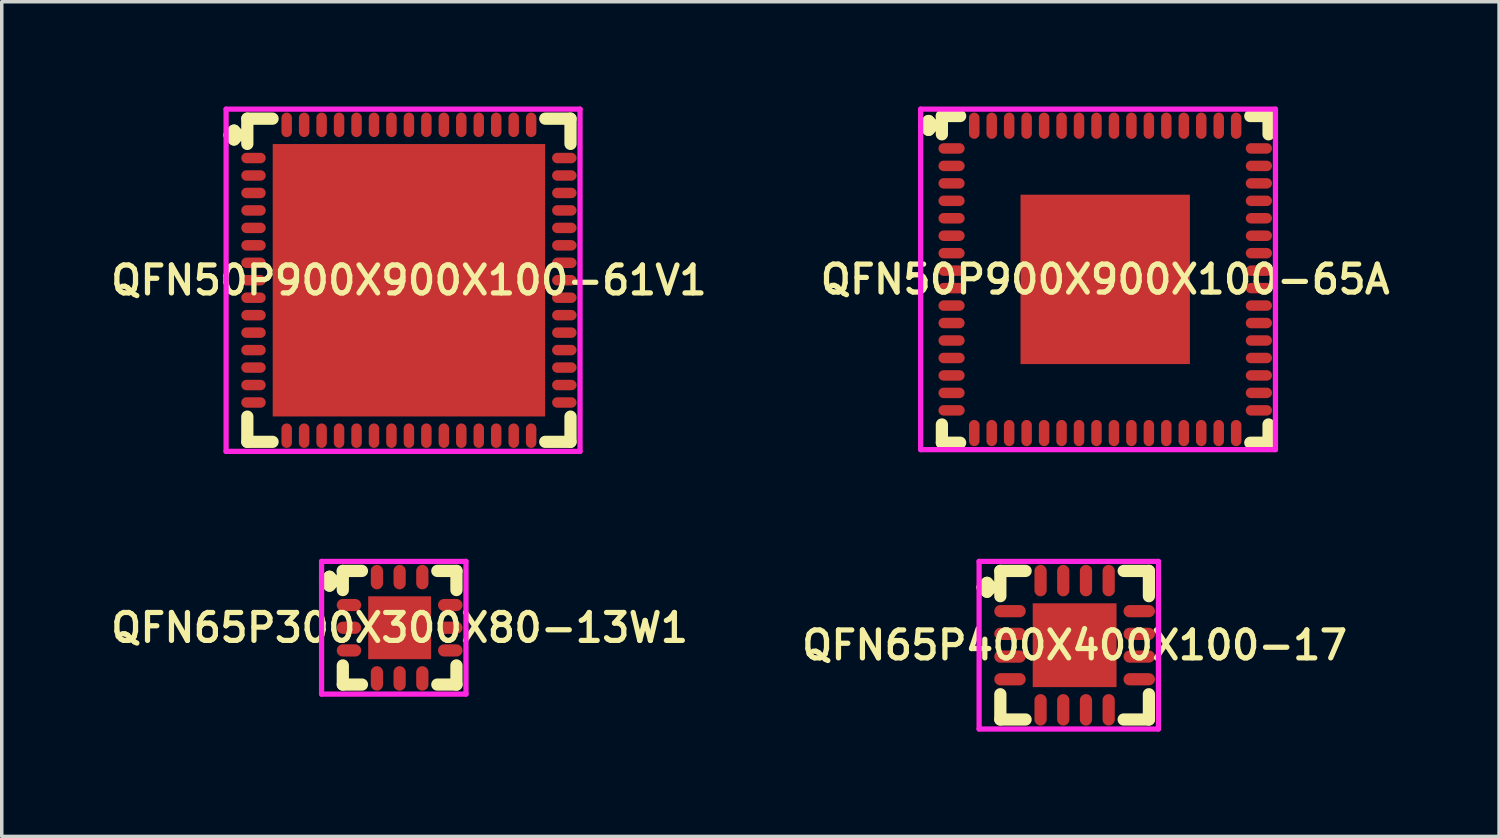
<source format=kicad_pcb>
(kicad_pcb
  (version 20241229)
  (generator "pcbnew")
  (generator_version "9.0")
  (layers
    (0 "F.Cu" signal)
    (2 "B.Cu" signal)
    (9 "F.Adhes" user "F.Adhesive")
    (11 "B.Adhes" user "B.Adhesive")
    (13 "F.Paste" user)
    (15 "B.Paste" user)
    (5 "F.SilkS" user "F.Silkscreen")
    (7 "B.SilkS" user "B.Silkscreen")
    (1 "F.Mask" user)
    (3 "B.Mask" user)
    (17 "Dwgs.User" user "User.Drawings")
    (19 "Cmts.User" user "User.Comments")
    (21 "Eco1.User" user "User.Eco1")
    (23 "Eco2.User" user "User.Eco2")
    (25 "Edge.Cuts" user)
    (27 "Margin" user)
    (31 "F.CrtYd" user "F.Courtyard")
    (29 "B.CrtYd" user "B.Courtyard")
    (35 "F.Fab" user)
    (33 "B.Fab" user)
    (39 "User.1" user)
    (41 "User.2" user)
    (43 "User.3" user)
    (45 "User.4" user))
  (footprint "QFN50P900X900X100-61V1"
    (layer "F.Cu")
    (at 8.659 4.975)
    (property "Reference" "QFN50P900X900X100-61V1" (at 0 0 0) (layer "F.SilkS") (effects (font (size 0.8 0.8) (thickness 0.15))))
    (attr smd)
    (fp_line (start -5.135 -4.158) (end -5.008 -4.285) (stroke (width 0.35) (type solid)) (layer "F.SilkS"))
    (fp_line (start -5.008 -4.285) (end -4.881 -4.158) (stroke (width 0.35) (type solid)) (layer "F.SilkS"))
    (fp_line (start -5.008 -4.031) (end -5.135 -4.158) (stroke (width 0.35) (type solid)) (layer "F.SilkS"))
    (fp_line (start -4.881 -4.158) (end -5.008 -4.031) (stroke (width 0.35) (type solid)) (layer "F.SilkS"))
    (fp_line (start -4.627 -4.627) (end -3.904 -4.627) (stroke (width 0.35) (type solid)) (layer "F.SilkS"))
    (fp_line (start -4.627 -3.904) (end -4.627 -4.627) (stroke (width 0.35) (type solid)) (layer "F.SilkS"))
    (fp_line (start -4.627 3.904) (end -4.627 4.627) (stroke (width 0.35) (type solid)) (layer "F.SilkS"))
    (fp_line (start -4.627 4.627) (end -3.904 4.627) (stroke (width 0.35) (type solid)) (layer "F.SilkS"))
    (fp_line (start 3.904 -4.627) (end 4.627 -4.627) (stroke (width 0.35) (type solid)) (layer "F.SilkS"))
    (fp_line (start 3.904 4.627) (end 4.627 4.627) (stroke (width 0.35) (type solid)) (layer "F.SilkS"))
    (fp_line (start 4.627 -4.627) (end 4.627 -3.904) (stroke (width 0.35) (type solid)) (layer "F.SilkS"))
    (fp_line (start 4.627 4.627) (end 4.627 3.904) (stroke (width 0.35) (type solid)) (layer "F.SilkS"))
    (fp_line (start -5.235 -4.9) (end 4.9 -4.9) (stroke (width 0.15) (type solid)) (layer "F.CrtYd"))
    (fp_line (start -5.235 4.9) (end -5.235 -4.9) (stroke (width 0.15) (type solid)) (layer "F.CrtYd"))
    (fp_line (start 4.9 -4.9) (end 4.9 4.9) (stroke (width 0.15) (type solid)) (layer "F.CrtYd"))
    (fp_line (start 4.9 4.9) (end -5.235 4.9) (stroke (width 0.15) (type solid)) (layer "F.CrtYd"))
    (pad "1" smd oval (at -4.45 -3.5) (size 0.7 0.3) (layers "F.Cu" "F.Mask" "F.Paste"))
    (pad "2" smd oval (at -4.45 -3) (size 0.7 0.3) (layers "F.Cu" "F.Mask" "F.Paste"))
    (pad "3" smd oval (at -4.45 -2.5) (size 0.7 0.3) (layers "F.Cu" "F.Mask" "F.Paste"))
    (pad "4" smd oval (at -4.45 -2) (size 0.7 0.3) (layers "F.Cu" "F.Mask" "F.Paste"))
    (pad "5" smd oval (at -4.45 -1.5) (size 0.7 0.3) (layers "F.Cu" "F.Mask" "F.Paste"))
    (pad "6" smd oval (at -4.45 -1) (size 0.7 0.3) (layers "F.Cu" "F.Mask" "F.Paste"))
    (pad "7" smd oval (at -4.45 -0.5) (size 0.7 0.3) (layers "F.Cu" "F.Mask" "F.Paste"))
    (pad "8" smd oval (at -4.45 0) (size 0.7 0.3) (layers "F.Cu" "F.Mask" "F.Paste"))
    (pad "9" smd oval (at -4.45 0.5) (size 0.7 0.3) (layers "F.Cu" "F.Mask" "F.Paste"))
    (pad "10" smd oval (at -4.45 1) (size 0.7 0.3) (layers "F.Cu" "F.Mask" "F.Paste"))
    (pad "11" smd oval (at -4.45 1.5) (size 0.7 0.3) (layers "F.Cu" "F.Mask" "F.Paste"))
    (pad "12" smd oval (at -4.45 2) (size 0.7 0.3) (layers "F.Cu" "F.Mask" "F.Paste"))
    (pad "13" smd oval (at -4.45 2.5) (size 0.7 0.3) (layers "F.Cu" "F.Mask" "F.Paste"))
    (pad "14" smd oval (at -4.45 3) (size 0.7 0.3) (layers "F.Cu" "F.Mask" "F.Paste"))
    (pad "15" smd oval (at -4.45 3.5) (size 0.7 0.3) (layers "F.Cu" "F.Mask" "F.Paste"))
    (pad "16" smd oval (at -3.5 4.45) (size 0.3 0.7) (layers "F.Cu" "F.Mask" "F.Paste"))
    (pad "17" smd oval (at -3 4.45) (size 0.3 0.7) (layers "F.Cu" "F.Mask" "F.Paste"))
    (pad "18" smd oval (at -2.5 4.45) (size 0.3 0.7) (layers "F.Cu" "F.Mask" "F.Paste"))
    (pad "19" smd oval (at -2 4.45) (size 0.3 0.7) (layers "F.Cu" "F.Mask" "F.Paste"))
    (pad "20" smd oval (at -1.5 4.45) (size 0.3 0.7) (layers "F.Cu" "F.Mask" "F.Paste"))
    (pad "21" smd oval (at -1 4.45) (size 0.3 0.7) (layers "F.Cu" "F.Mask" "F.Paste"))
    (pad "22" smd oval (at -0.5 4.45) (size 0.3 0.7) (layers "F.Cu" "F.Mask" "F.Paste"))
    (pad "23" smd oval (at 0 4.45) (size 0.3 0.7) (layers "F.Cu" "F.Mask" "F.Paste"))
    (pad "24" smd oval (at 0.5 4.45) (size 0.3 0.7) (layers "F.Cu" "F.Mask" "F.Paste"))
    (pad "25" smd oval (at 1 4.45) (size 0.3 0.7) (layers "F.Cu" "F.Mask" "F.Paste"))
    (pad "26" smd oval (at 1.5 4.45) (size 0.3 0.7) (layers "F.Cu" "F.Mask" "F.Paste"))
    (pad "27" smd oval (at 2 4.45) (size 0.3 0.7) (layers "F.Cu" "F.Mask" "F.Paste"))
    (pad "28" smd oval (at 2.5 4.45) (size 0.3 0.7) (layers "F.Cu" "F.Mask" "F.Paste"))
    (pad "29" smd oval (at 3 4.45) (size 0.3 0.7) (layers "F.Cu" "F.Mask" "F.Paste"))
    (pad "30" smd oval (at 3.5 4.45) (size 0.3 0.7) (layers "F.Cu" "F.Mask" "F.Paste"))
    (pad "31" smd oval (at 4.45 3.5) (size 0.7 0.3) (layers "F.Cu" "F.Mask" "F.Paste"))
    (pad "32" smd oval (at 4.45 3) (size 0.7 0.3) (layers "F.Cu" "F.Mask" "F.Paste"))
    (pad "33" smd oval (at 4.45 2.5) (size 0.7 0.3) (layers "F.Cu" "F.Mask" "F.Paste"))
    (pad "34" smd oval (at 4.45 2) (size 0.7 0.3) (layers "F.Cu" "F.Mask" "F.Paste"))
    (pad "35" smd oval (at 4.45 1.5) (size 0.7 0.3) (layers "F.Cu" "F.Mask" "F.Paste"))
    (pad "36" smd oval (at 4.45 1) (size 0.7 0.3) (layers "F.Cu" "F.Mask" "F.Paste"))
    (pad "37" smd oval (at 4.45 0.5) (size 0.7 0.3) (layers "F.Cu" "F.Mask" "F.Paste"))
    (pad "38" smd oval (at 4.45 0) (size 0.7 0.3) (layers "F.Cu" "F.Mask" "F.Paste"))
    (pad "39" smd oval (at 4.45 -0.5) (size 0.7 0.3) (layers "F.Cu" "F.Mask" "F.Paste"))
    (pad "40" smd oval (at 4.45 -1) (size 0.7 0.3) (layers "F.Cu" "F.Mask" "F.Paste"))
    (pad "41" smd oval (at 4.45 -1.5) (size 0.7 0.3) (layers "F.Cu" "F.Mask" "F.Paste"))
    (pad "42" smd oval (at 4.45 -2) (size 0.7 0.3) (layers "F.Cu" "F.Mask" "F.Paste"))
    (pad "43" smd oval (at 4.45 -2.5) (size 0.7 0.3) (layers "F.Cu" "F.Mask" "F.Paste"))
    (pad "44" smd oval (at 4.45 -3) (size 0.7 0.3) (layers "F.Cu" "F.Mask" "F.Paste"))
    (pad "45" smd oval (at 4.45 -3.5) (size 0.7 0.3) (layers "F.Cu" "F.Mask" "F.Paste"))
    (pad "46" smd oval (at 3.5 -4.45) (size 0.3 0.7) (layers "F.Cu" "F.Mask" "F.Paste"))
    (pad "47" smd oval (at 3 -4.45) (size 0.3 0.7) (layers "F.Cu" "F.Mask" "F.Paste"))
    (pad "48" smd oval (at 2.5 -4.45) (size 0.3 0.7) (layers "F.Cu" "F.Mask" "F.Paste"))
    (pad "49" smd oval (at 2 -4.45) (size 0.3 0.7) (layers "F.Cu" "F.Mask" "F.Paste"))
    (pad "50" smd oval (at 1.5 -4.45) (size 0.3 0.7) (layers "F.Cu" "F.Mask" "F.Paste"))
    (pad "51" smd oval (at 1 -4.45) (size 0.3 0.7) (layers "F.Cu" "F.Mask" "F.Paste"))
    (pad "52" smd oval (at 0.5 -4.45) (size 0.3 0.7) (layers "F.Cu" "F.Mask" "F.Paste"))
    (pad "53" smd oval (at 0 -4.45) (size 0.3 0.7) (layers "F.Cu" "F.Mask" "F.Paste"))
    (pad "54" smd oval (at -0.5 -4.45) (size 0.3 0.7) (layers "F.Cu" "F.Mask" "F.Paste"))
    (pad "55" smd oval (at -1 -4.45) (size 0.3 0.7) (layers "F.Cu" "F.Mask" "F.Paste"))
    (pad "56" smd oval (at -1.5 -4.45) (size 0.3 0.7) (layers "F.Cu" "F.Mask" "F.Paste"))
    (pad "57" smd oval (at -2 -4.45) (size 0.3 0.7) (layers "F.Cu" "F.Mask" "F.Paste"))
    (pad "58" smd oval (at -2.5 -4.45) (size 0.3 0.7) (layers "F.Cu" "F.Mask" "F.Paste"))
    (pad "59" smd oval (at -3 -4.45) (size 0.3 0.7) (layers "F.Cu" "F.Mask" "F.Paste"))
    (pad "60" smd oval (at -3.5 -4.45) (size 0.3 0.7) (layers "F.Cu" "F.Mask" "F.Paste"))
    (pad "61" smd rect (at 0 0) (size 7.8 7.8) (layers "F.Cu" "F.Mask" "F.Paste")))
  (footprint "QFN65P300X300X80-13W1"
    (layer "F.Cu")
    (at 8.393 14.925)
    (property "Reference" "QFN65P300X300X80-13W1" (at 0 0 0) (layer "F.SilkS") (effects (font (size 0.8 0.8) (thickness 0.15))))
    (attr smd)
    (fp_line (start -2.135 -1.333) (end -2.008 -1.46) (stroke (width 0.35) (type solid)) (layer "F.SilkS"))
    (fp_line (start -2.008 -1.46) (end -1.881 -1.333) (stroke (width 0.35) (type solid)) (layer "F.SilkS"))
    (fp_line (start -2.008 -1.206) (end -2.135 -1.333) (stroke (width 0.35) (type solid)) (layer "F.SilkS"))
    (fp_line (start -1.881 -1.333) (end -2.008 -1.206) (stroke (width 0.35) (type solid)) (layer "F.SilkS"))
    (fp_line (start -1.627 -1.627) (end -1.079 -1.627) (stroke (width 0.35) (type solid)) (layer "F.SilkS"))
    (fp_line (start -1.627 -1.079) (end -1.627 -1.627) (stroke (width 0.35) (type solid)) (layer "F.SilkS"))
    (fp_line (start -1.627 1.079) (end -1.627 1.627) (stroke (width 0.35) (type solid)) (layer "F.SilkS"))
    (fp_line (start -1.627 1.627) (end -1.079 1.627) (stroke (width 0.35) (type solid)) (layer "F.SilkS"))
    (fp_line (start 1.079 -1.627) (end 1.627 -1.627) (stroke (width 0.35) (type solid)) (layer "F.SilkS"))
    (fp_line (start 1.079 1.627) (end 1.627 1.627) (stroke (width 0.35) (type solid)) (layer "F.SilkS"))
    (fp_line (start 1.627 -1.627) (end 1.627 -1.079) (stroke (width 0.35) (type solid)) (layer "F.SilkS"))
    (fp_line (start 1.627 1.627) (end 1.627 1.079) (stroke (width 0.35) (type solid)) (layer "F.SilkS"))
    (fp_line (start -2.235 -1.9) (end 1.9 -1.9) (stroke (width 0.15) (type solid)) (layer "F.CrtYd"))
    (fp_line (start -2.235 1.9) (end -2.235 -1.9) (stroke (width 0.15) (type solid)) (layer "F.CrtYd"))
    (fp_line (start 1.9 -1.9) (end 1.9 1.9) (stroke (width 0.15) (type solid)) (layer "F.CrtYd"))
    (fp_line (start 1.9 1.9) (end -2.235 1.9) (stroke (width 0.15) (type solid)) (layer "F.CrtYd"))
    (pad "1" smd oval (at -1.45 -0.65) (size 0.7 0.35) (layers "F.Cu" "F.Mask" "F.Paste"))
    (pad "2" smd oval (at -1.45 0) (size 0.7 0.35) (layers "F.Cu" "F.Mask" "F.Paste"))
    (pad "3" smd oval (at -1.45 0.65) (size 0.7 0.35) (layers "F.Cu" "F.Mask" "F.Paste"))
    (pad "4" smd oval (at -0.65 1.45) (size 0.35 0.7) (layers "F.Cu" "F.Mask" "F.Paste"))
    (pad "5" smd oval (at 0 1.45) (size 0.35 0.7) (layers "F.Cu" "F.Mask" "F.Paste"))
    (pad "6" smd oval (at 0.65 1.45) (size 0.35 0.7) (layers "F.Cu" "F.Mask" "F.Paste"))
    (pad "7" smd oval (at 1.45 0.65) (size 0.7 0.35) (layers "F.Cu" "F.Mask" "F.Paste"))
    (pad "8" smd oval (at 1.45 0) (size 0.7 0.35) (layers "F.Cu" "F.Mask" "F.Paste"))
    (pad "9" smd oval (at 1.45 -0.65) (size 0.7 0.35) (layers "F.Cu" "F.Mask" "F.Paste"))
    (pad "10" smd oval (at 0.65 -1.45) (size 0.35 0.7) (layers "F.Cu" "F.Mask" "F.Paste"))
    (pad "11" smd oval (at 0 -1.45) (size 0.35 0.7) (layers "F.Cu" "F.Mask" "F.Paste"))
    (pad "12" smd oval (at -0.65 -1.45) (size 0.35 0.7) (layers "F.Cu" "F.Mask" "F.Paste"))
    (pad "13" smd rect (at 0 0) (size 1.8 1.8) (layers "F.Cu" "F.Mask" "F.Paste")))
  (footprint "QFN65P400X400X100-17"
    (layer "F.Cu")
    (at 27.721 15.425)
    (property "Reference" "QFN65P400X400X100-17" (at 0 0 0) (layer "F.SilkS") (effects (font (size 0.8 0.8) (thickness 0.15))))
    (attr smd)
    (fp_line (start -2.635 -1.658) (end -2.508 -1.785) (stroke (width 0.35) (type solid)) (layer "F.SilkS"))
    (fp_line (start -2.508 -1.785) (end -2.381 -1.658) (stroke (width 0.35) (type solid)) (layer "F.SilkS"))
    (fp_line (start -2.508 -1.531) (end -2.635 -1.658) (stroke (width 0.35) (type solid)) (layer "F.SilkS"))
    (fp_line (start -2.381 -1.658) (end -2.508 -1.531) (stroke (width 0.35) (type solid)) (layer "F.SilkS"))
    (fp_line (start -2.127 -2.127) (end -1.404 -2.127) (stroke (width 0.35) (type solid)) (layer "F.SilkS"))
    (fp_line (start -2.127 -1.404) (end -2.127 -2.127) (stroke (width 0.35) (type solid)) (layer "F.SilkS"))
    (fp_line (start -2.127 1.404) (end -2.127 2.127) (stroke (width 0.35) (type solid)) (layer "F.SilkS"))
    (fp_line (start -2.127 2.127) (end -1.404 2.127) (stroke (width 0.35) (type solid)) (layer "F.SilkS"))
    (fp_line (start 1.404 -2.127) (end 2.127 -2.127) (stroke (width 0.35) (type solid)) (layer "F.SilkS"))
    (fp_line (start 1.404 2.127) (end 2.127 2.127) (stroke (width 0.35) (type solid)) (layer "F.SilkS"))
    (fp_line (start 2.127 -2.127) (end 2.127 -1.404) (stroke (width 0.35) (type solid)) (layer "F.SilkS"))
    (fp_line (start 2.127 2.127) (end 2.127 1.404) (stroke (width 0.35) (type solid)) (layer "F.SilkS"))
    (fp_line (start -2.735 -2.4) (end 2.4 -2.4) (stroke (width 0.15) (type solid)) (layer "F.CrtYd"))
    (fp_line (start -2.735 2.4) (end -2.735 -2.4) (stroke (width 0.15) (type solid)) (layer "F.CrtYd"))
    (fp_line (start 2.4 -2.4) (end 2.4 2.4) (stroke (width 0.15) (type solid)) (layer "F.CrtYd"))
    (fp_line (start 2.4 2.4) (end -2.735 2.4) (stroke (width 0.15) (type solid)) (layer "F.CrtYd"))
    (pad "1" smd oval (at -1.85 -0.975) (size 0.9 0.35) (layers "F.Cu" "F.Mask" "F.Paste"))
    (pad "2" smd oval (at -1.85 -0.325) (size 0.9 0.35) (layers "F.Cu" "F.Mask" "F.Paste"))
    (pad "3" smd oval (at -1.85 0.325) (size 0.9 0.35) (layers "F.Cu" "F.Mask" "F.Paste"))
    (pad "4" smd oval (at -1.85 0.975) (size 0.9 0.35) (layers "F.Cu" "F.Mask" "F.Paste"))
    (pad "5" smd oval (at -0.975 1.85) (size 0.35 0.9) (layers "F.Cu" "F.Mask" "F.Paste"))
    (pad "6" smd oval (at -0.325 1.85) (size 0.35 0.9) (layers "F.Cu" "F.Mask" "F.Paste"))
    (pad "7" smd oval (at 0.325 1.85) (size 0.35 0.9) (layers "F.Cu" "F.Mask" "F.Paste"))
    (pad "8" smd oval (at 0.975 1.85) (size 0.35 0.9) (layers "F.Cu" "F.Mask" "F.Paste"))
    (pad "9" smd oval (at 1.85 0.975) (size 0.9 0.35) (layers "F.Cu" "F.Mask" "F.Paste"))
    (pad "10" smd oval (at 1.85 0.325) (size 0.9 0.35) (layers "F.Cu" "F.Mask" "F.Paste"))
    (pad "11" smd oval (at 1.85 -0.325) (size 0.9 0.35) (layers "F.Cu" "F.Mask" "F.Paste"))
    (pad "12" smd oval (at 1.85 -0.975) (size 0.9 0.35) (layers "F.Cu" "F.Mask" "F.Paste"))
    (pad "13" smd oval (at 0.975 -1.85) (size 0.35 0.9) (layers "F.Cu" "F.Mask" "F.Paste"))
    (pad "14" smd oval (at 0.325 -1.85) (size 0.35 0.9) (layers "F.Cu" "F.Mask" "F.Paste"))
    (pad "15" smd oval (at -0.325 -1.85) (size 0.35 0.9) (layers "F.Cu" "F.Mask" "F.Paste"))
    (pad "16" smd oval (at -0.975 -1.85) (size 0.35 0.9) (layers "F.Cu" "F.Mask" "F.Paste"))
    (pad "17" smd rect (at 0 0) (size 2.4 2.4) (layers "F.Cu" "F.Mask" "F.Paste")))
  (footprint "QFN50P900X900X100-65A"
    (layer "F.Cu")
    (at 28.597 4.95)
    (property "Reference" "QFN50P900X900X100-65A" (at 0 0 0) (layer "F.SilkS") (effects (font (size 0.8 0.8) (thickness 0.15))))
    (attr smd)
    (fp_line (start -5.185 -4.408) (end -5.058 -4.535) (stroke (width 0.35) (type solid)) (layer "F.SilkS"))
    (fp_line (start -5.058 -4.535) (end -4.931 -4.408) (stroke (width 0.35) (type solid)) (layer "F.SilkS"))
    (fp_line (start -5.058 -4.281) (end -5.185 -4.408) (stroke (width 0.35) (type solid)) (layer "F.SilkS"))
    (fp_line (start -4.931 -4.408) (end -5.058 -4.281) (stroke (width 0.35) (type solid)) (layer "F.SilkS"))
    (fp_line (start -4.677 -4.677) (end -4.154 -4.677) (stroke (width 0.35) (type solid)) (layer "F.SilkS"))
    (fp_line (start -4.677 -4.154) (end -4.677 -4.677) (stroke (width 0.35) (type solid)) (layer "F.SilkS"))
    (fp_line (start -4.677 4.154) (end -4.677 4.677) (stroke (width 0.35) (type solid)) (layer "F.SilkS"))
    (fp_line (start -4.677 4.677) (end -4.154 4.677) (stroke (width 0.35) (type solid)) (layer "F.SilkS"))
    (fp_line (start 4.154 -4.677) (end 4.677 -4.677) (stroke (width 0.35) (type solid)) (layer "F.SilkS"))
    (fp_line (start 4.154 4.677) (end 4.677 4.677) (stroke (width 0.35) (type solid)) (layer "F.SilkS"))
    (fp_line (start 4.677 -4.677) (end 4.677 -4.154) (stroke (width 0.35) (type solid)) (layer "F.SilkS"))
    (fp_line (start 4.677 4.677) (end 4.677 4.154) (stroke (width 0.35) (type solid)) (layer "F.SilkS"))
    (fp_line (start -5.285 -4.875) (end 4.875 -4.875) (stroke (width 0.15) (type solid)) (layer "F.CrtYd"))
    (fp_line (start -5.285 4.875) (end -5.285 -4.875) (stroke (width 0.15) (type solid)) (layer "F.CrtYd"))
    (fp_line (start 4.875 -4.875) (end 4.875 4.875) (stroke (width 0.15) (type solid)) (layer "F.CrtYd"))
    (fp_line (start 4.875 4.875) (end -5.285 4.875) (stroke (width 0.15) (type solid)) (layer "F.CrtYd"))
    (pad "1" smd oval (at -4.4 -3.75) (size 0.75 0.3) (layers "F.Cu" "F.Mask" "F.Paste"))
    (pad "2" smd oval (at -4.4 -3.25) (size 0.75 0.3) (layers "F.Cu" "F.Mask" "F.Paste"))
    (pad "3" smd oval (at -4.4 -2.75) (size 0.75 0.3) (layers "F.Cu" "F.Mask" "F.Paste"))
    (pad "4" smd oval (at -4.4 -2.25) (size 0.75 0.3) (layers "F.Cu" "F.Mask" "F.Paste"))
    (pad "5" smd oval (at -4.4 -1.75) (size 0.75 0.3) (layers "F.Cu" "F.Mask" "F.Paste"))
    (pad "6" smd oval (at -4.4 -1.25) (size 0.75 0.3) (layers "F.Cu" "F.Mask" "F.Paste"))
    (pad "7" smd oval (at -4.4 -0.75) (size 0.75 0.3) (layers "F.Cu" "F.Mask" "F.Paste"))
    (pad "8" smd oval (at -4.4 -0.25) (size 0.75 0.3) (layers "F.Cu" "F.Mask" "F.Paste"))
    (pad "9" smd oval (at -4.4 0.25) (size 0.75 0.3) (layers "F.Cu" "F.Mask" "F.Paste"))
    (pad "10" smd oval (at -4.4 0.75) (size 0.75 0.3) (layers "F.Cu" "F.Mask" "F.Paste"))
    (pad "11" smd oval (at -4.4 1.25) (size 0.75 0.3) (layers "F.Cu" "F.Mask" "F.Paste"))
    (pad "12" smd oval (at -4.4 1.75) (size 0.75 0.3) (layers "F.Cu" "F.Mask" "F.Paste"))
    (pad "13" smd oval (at -4.4 2.25) (size 0.75 0.3) (layers "F.Cu" "F.Mask" "F.Paste"))
    (pad "14" smd oval (at -4.4 2.75) (size 0.75 0.3) (layers "F.Cu" "F.Mask" "F.Paste"))
    (pad "15" smd oval (at -4.4 3.25) (size 0.75 0.3) (layers "F.Cu" "F.Mask" "F.Paste"))
    (pad "16" smd oval (at -4.4 3.75) (size 0.75 0.3) (layers "F.Cu" "F.Mask" "F.Paste"))
    (pad "17" smd oval (at -3.75 4.4) (size 0.3 0.75) (layers "F.Cu" "F.Mask" "F.Paste"))
    (pad "18" smd oval (at -3.25 4.4) (size 0.3 0.75) (layers "F.Cu" "F.Mask" "F.Paste"))
    (pad "19" smd oval (at -2.75 4.4) (size 0.3 0.75) (layers "F.Cu" "F.Mask" "F.Paste"))
    (pad "20" smd oval (at -2.25 4.4) (size 0.3 0.75) (layers "F.Cu" "F.Mask" "F.Paste"))
    (pad "21" smd oval (at -1.75 4.4) (size 0.3 0.75) (layers "F.Cu" "F.Mask" "F.Paste"))
    (pad "22" smd oval (at -1.25 4.4) (size 0.3 0.75) (layers "F.Cu" "F.Mask" "F.Paste"))
    (pad "23" smd oval (at -0.75 4.4) (size 0.3 0.75) (layers "F.Cu" "F.Mask" "F.Paste"))
    (pad "24" smd oval (at -0.25 4.4) (size 0.3 0.75) (layers "F.Cu" "F.Mask" "F.Paste"))
    (pad "25" smd oval (at 0.25 4.4) (size 0.3 0.75) (layers "F.Cu" "F.Mask" "F.Paste"))
    (pad "26" smd oval (at 0.75 4.4) (size 0.3 0.75) (layers "F.Cu" "F.Mask" "F.Paste"))
    (pad "27" smd oval (at 1.25 4.4) (size 0.3 0.75) (layers "F.Cu" "F.Mask" "F.Paste"))
    (pad "28" smd oval (at 1.75 4.4) (size 0.3 0.75) (layers "F.Cu" "F.Mask" "F.Paste"))
    (pad "29" smd oval (at 2.25 4.4) (size 0.3 0.75) (layers "F.Cu" "F.Mask" "F.Paste"))
    (pad "30" smd oval (at 2.75 4.4) (size 0.3 0.75) (layers "F.Cu" "F.Mask" "F.Paste"))
    (pad "31" smd oval (at 3.25 4.4) (size 0.3 0.75) (layers "F.Cu" "F.Mask" "F.Paste"))
    (pad "32" smd oval (at 3.75 4.4) (size 0.3 0.75) (layers "F.Cu" "F.Mask" "F.Paste"))
    (pad "33" smd oval (at 4.4 3.75) (size 0.75 0.3) (layers "F.Cu" "F.Mask" "F.Paste"))
    (pad "34" smd oval (at 4.4 3.25) (size 0.75 0.3) (layers "F.Cu" "F.Mask" "F.Paste"))
    (pad "35" smd oval (at 4.4 2.75) (size 0.75 0.3) (layers "F.Cu" "F.Mask" "F.Paste"))
    (pad "36" smd oval (at 4.4 2.25) (size 0.75 0.3) (layers "F.Cu" "F.Mask" "F.Paste"))
    (pad "37" smd oval (at 4.4 1.75) (size 0.75 0.3) (layers "F.Cu" "F.Mask" "F.Paste"))
    (pad "38" smd oval (at 4.4 1.25) (size 0.75 0.3) (layers "F.Cu" "F.Mask" "F.Paste"))
    (pad "39" smd oval (at 4.4 0.75) (size 0.75 0.3) (layers "F.Cu" "F.Mask" "F.Paste"))
    (pad "40" smd oval (at 4.4 0.25) (size 0.75 0.3) (layers "F.Cu" "F.Mask" "F.Paste"))
    (pad "41" smd oval (at 4.4 -0.25) (size 0.75 0.3) (layers "F.Cu" "F.Mask" "F.Paste"))
    (pad "42" smd oval (at 4.4 -0.75) (size 0.75 0.3) (layers "F.Cu" "F.Mask" "F.Paste"))
    (pad "43" smd oval (at 4.4 -1.25) (size 0.75 0.3) (layers "F.Cu" "F.Mask" "F.Paste"))
    (pad "44" smd oval (at 4.4 -1.75) (size 0.75 0.3) (layers "F.Cu" "F.Mask" "F.Paste"))
    (pad "45" smd oval (at 4.4 -2.25) (size 0.75 0.3) (layers "F.Cu" "F.Mask" "F.Paste"))
    (pad "46" smd oval (at 4.4 -2.75) (size 0.75 0.3) (layers "F.Cu" "F.Mask" "F.Paste"))
    (pad "47" smd oval (at 4.4 -3.25) (size 0.75 0.3) (layers "F.Cu" "F.Mask" "F.Paste"))
    (pad "48" smd oval (at 4.4 -3.75) (size 0.75 0.3) (layers "F.Cu" "F.Mask" "F.Paste"))
    (pad "49" smd oval (at 3.75 -4.4) (size 0.3 0.75) (layers "F.Cu" "F.Mask" "F.Paste"))
    (pad "50" smd oval (at 3.25 -4.4) (size 0.3 0.75) (layers "F.Cu" "F.Mask" "F.Paste"))
    (pad "51" smd oval (at 2.75 -4.4) (size 0.3 0.75) (layers "F.Cu" "F.Mask" "F.Paste"))
    (pad "52" smd oval (at 2.25 -4.4) (size 0.3 0.75) (layers "F.Cu" "F.Mask" "F.Paste"))
    (pad "53" smd oval (at 1.75 -4.4) (size 0.3 0.75) (layers "F.Cu" "F.Mask" "F.Paste"))
    (pad "54" smd oval (at 1.25 -4.4) (size 0.3 0.75) (layers "F.Cu" "F.Mask" "F.Paste"))
    (pad "55" smd oval (at 0.75 -4.4) (size 0.3 0.75) (layers "F.Cu" "F.Mask" "F.Paste"))
    (pad "56" smd oval (at 0.25 -4.4) (size 0.3 0.75) (layers "F.Cu" "F.Mask" "F.Paste"))
    (pad "57" smd oval (at -0.25 -4.4) (size 0.3 0.75) (layers "F.Cu" "F.Mask" "F.Paste"))
    (pad "58" smd oval (at -0.75 -4.4) (size 0.3 0.75) (layers "F.Cu" "F.Mask" "F.Paste"))
    (pad "59" smd oval (at -1.25 -4.4) (size 0.3 0.75) (layers "F.Cu" "F.Mask" "F.Paste"))
    (pad "60" smd oval (at -1.75 -4.4) (size 0.3 0.75) (layers "F.Cu" "F.Mask" "F.Paste"))
    (pad "61" smd oval (at -2.25 -4.4) (size 0.3 0.75) (layers "F.Cu" "F.Mask" "F.Paste"))
    (pad "62" smd oval (at -2.75 -4.4) (size 0.3 0.75) (layers "F.Cu" "F.Mask" "F.Paste"))
    (pad "63" smd oval (at -3.25 -4.4) (size 0.3 0.75) (layers "F.Cu" "F.Mask" "F.Paste"))
    (pad "64" smd oval (at -3.75 -4.4) (size 0.3 0.75) (layers "F.Cu" "F.Mask" "F.Paste"))
    (pad "65" smd rect (at 0 0) (size 4.85 4.85) (layers "F.Cu" "F.Mask" "F.Paste")))
  (gr_rect
    (start -3 -3)
    (end 39.875 20.9)
    (stroke (width 0.1) (type default))
    (fill no)
    (layer "Edge.Cuts")))
</source>
